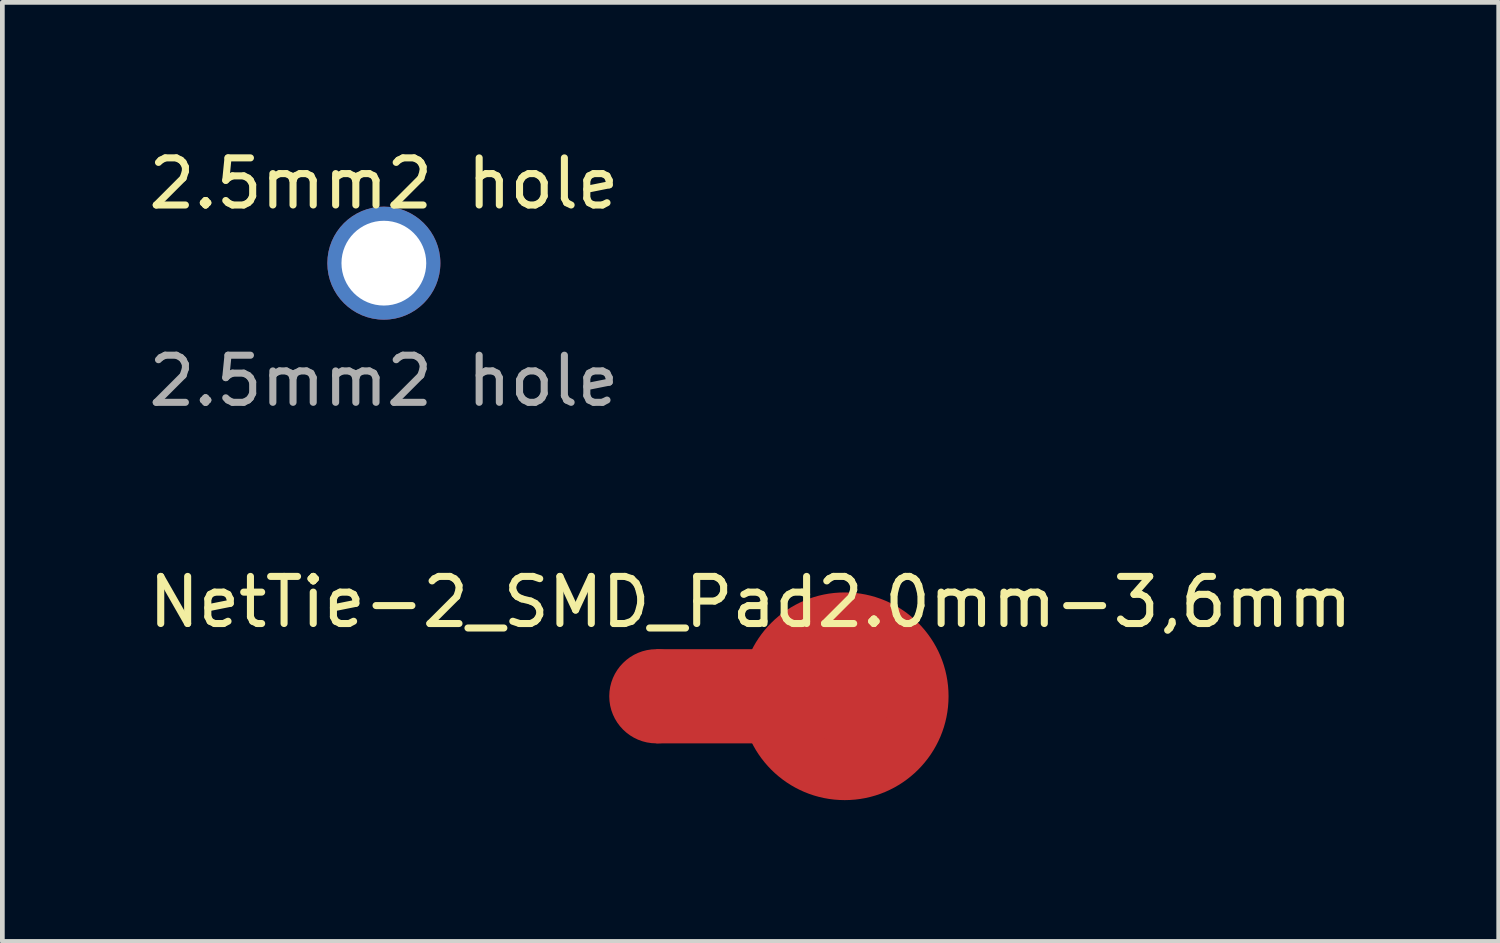
<source format=kicad_pcb>
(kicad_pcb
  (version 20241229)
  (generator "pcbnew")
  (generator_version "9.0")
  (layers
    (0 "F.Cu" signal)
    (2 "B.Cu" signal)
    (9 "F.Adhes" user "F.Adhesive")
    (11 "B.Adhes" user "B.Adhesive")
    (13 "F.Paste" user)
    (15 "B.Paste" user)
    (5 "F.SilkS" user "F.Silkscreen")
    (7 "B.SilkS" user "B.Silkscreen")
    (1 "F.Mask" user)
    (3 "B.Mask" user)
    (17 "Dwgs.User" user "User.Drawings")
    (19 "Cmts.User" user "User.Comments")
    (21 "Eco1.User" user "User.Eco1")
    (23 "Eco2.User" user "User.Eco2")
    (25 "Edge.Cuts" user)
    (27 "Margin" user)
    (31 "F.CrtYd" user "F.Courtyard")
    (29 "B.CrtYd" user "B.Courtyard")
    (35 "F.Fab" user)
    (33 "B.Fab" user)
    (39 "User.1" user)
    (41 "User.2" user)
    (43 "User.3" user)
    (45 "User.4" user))
  (footprint "NetTie-2_SMD_Pad2.0mm-3,6mm"
    (layer "F.Cu")
    (at 12.887 11.735)
    (property "Reference" "NetTie-2_SMD_Pad2.0mm-3,6mm" (at 0 -2 0) (layer "F.SilkS") (effects (font (size 1 1) (thickness 0.15))))
    (attr exclude_from_pos_files exclude_from_bom allow_missing_courtyard)
    (fp_circle (center 2 0) (end 4.2 0) (stroke (width 0.01) (type solid)) (fill yes) (layer "F.Cu"))
    (fp_poly (pts (xy -2 -1) (xy 2 -1) (xy 2 1) (xy -2 1)) (stroke (width 0) (type solid)) (fill yes) (layer "F.Cu"))
    (pad "1" smd circle (at -2 0) (size 2 2) (layers "F.Cu"))
    (pad "2" smd circle (at 2 0) (size 2 2) (layers "F.Cu")))
  (footprint "2.5mm2 hole"
    (layer "F.Cu")
    (at 5.101 2.538)
    (property "Reference" "2.5mm2 hole" (at 0 -1.69 0) (unlocked yes) (layer "F.SilkS") (effects (font (size 1 1) (thickness 0.15))))
    (attr through_hole)
    (fp_text user "${REFERENCE}" (at 0 2.5 0) (unlocked yes) (layer "F.Fab") (effects (font (size 1 1) (thickness 0.15))))
    (pad "1" thru_hole circle (at 0 0) (size 2.4 2.4) (drill 1.8) (layers "*.Cu" "*.Mask")))
  (gr_rect
    (start -3 -3)
    (end 28.774 16.94)
    (stroke (width 0.1) (type default))
    (fill no)
    (layer "Edge.Cuts")))
</source>
